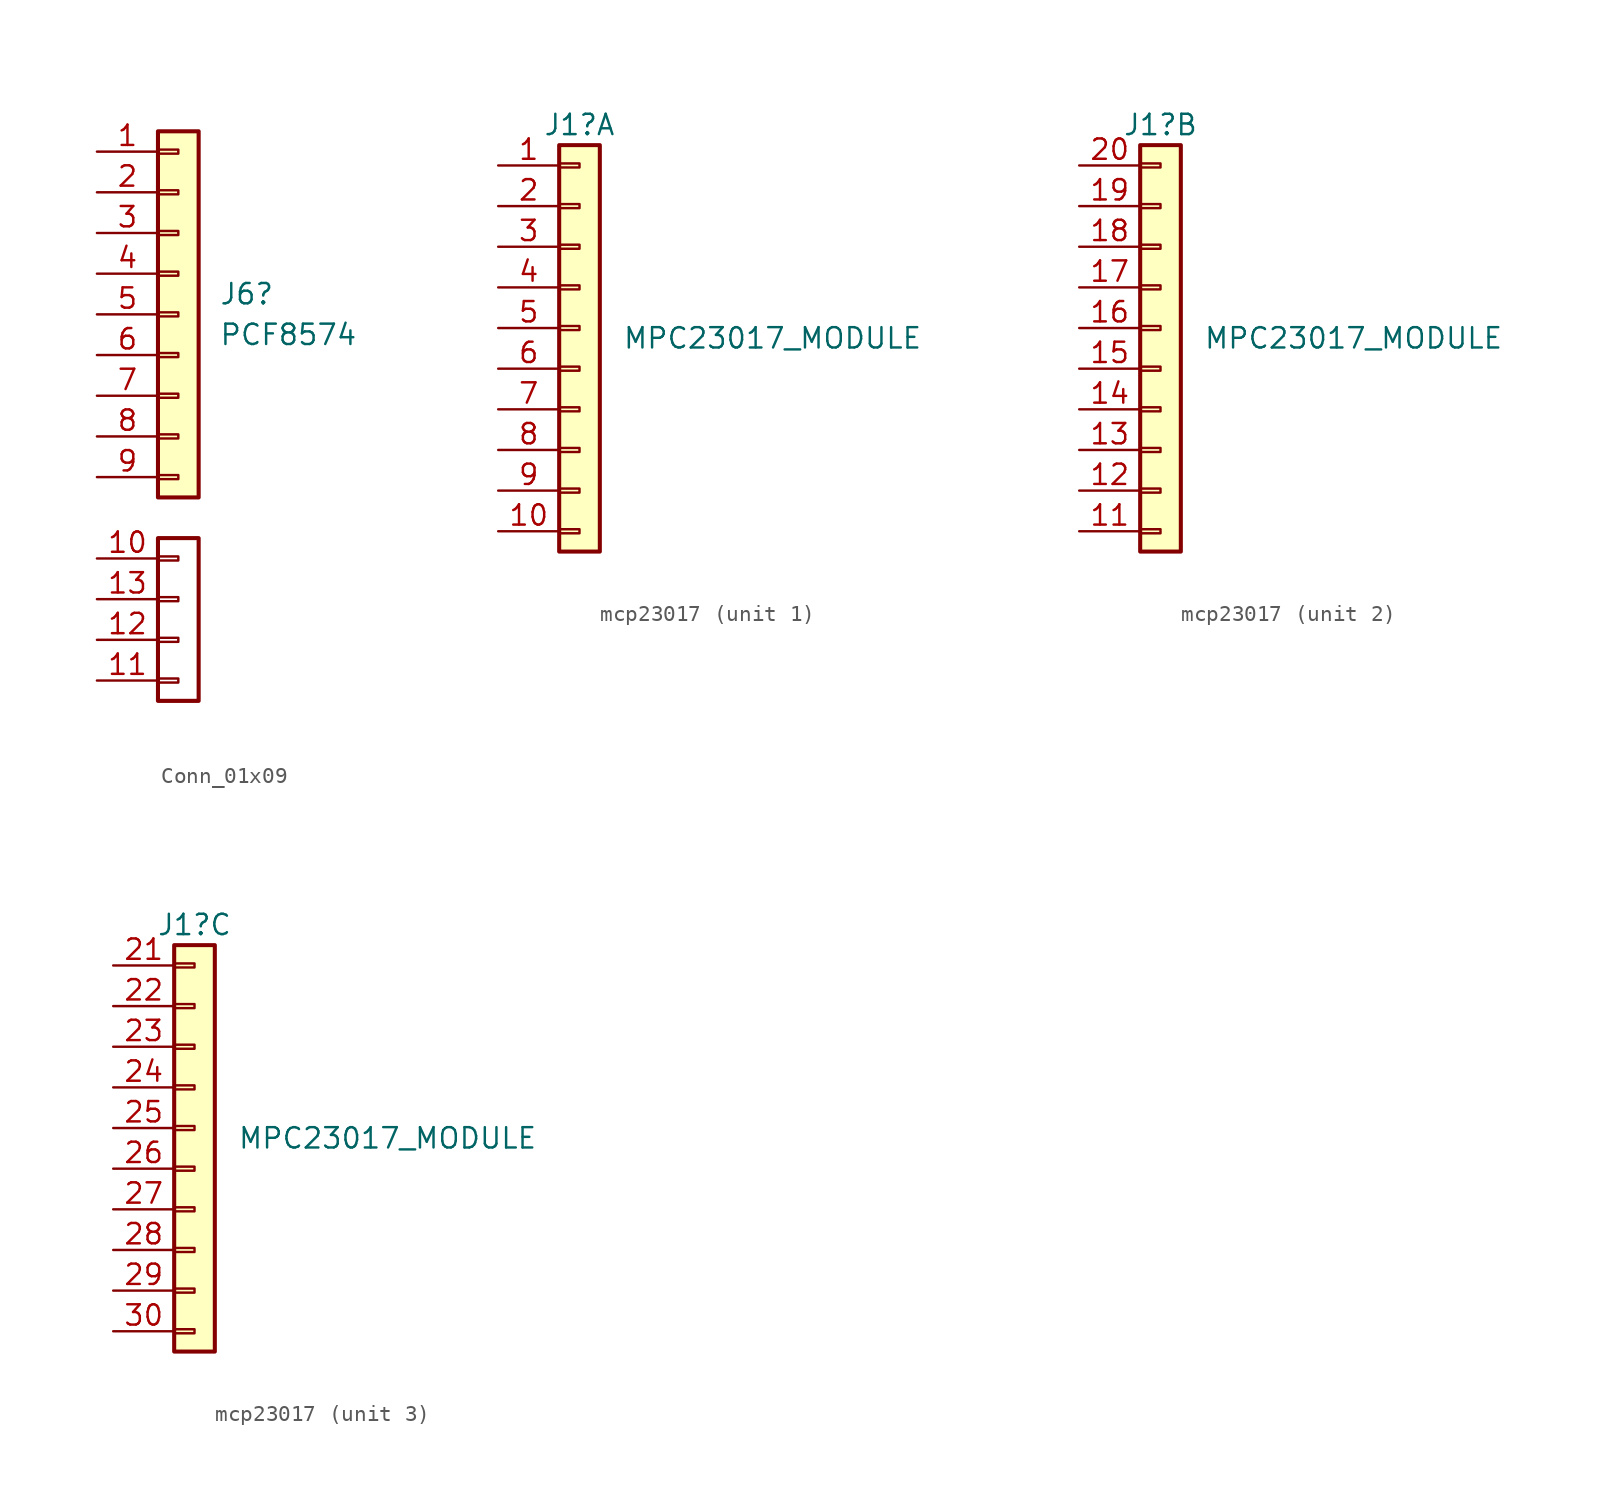
<source format=kicad_sym>
(kicad_symbol_lib
  (version 20220914)
  (generator kicad_symbol_editor)
  (symbol "Conn_01x09"
    (pin_names
      (offset 1.016) hide)
    (property "Reference" "J6"
      (at 2.54 1.27 0)
      (effects (font (size 1.27 1.27)) (justify left)))
    (property "Value" "PCF8574"
      (at 2.54 -1.27 0)
      (effects (font (size 1.27 1.27)) (justify left)))
    (symbol "Conn_01x09_1_1"
      (rectangle (start -1.27 -10.033) (end 0 -10.287) (stroke (width 0.152) (type default)) (fill (type none)))
      (rectangle (start -1.27 -7.493) (end 0 -7.747) (stroke (width 0.152) (type default)) (fill (type none)))
      (rectangle (start -1.27 -4.953) (end 0 -5.207) (stroke (width 0.152) (type default)) (fill (type none)))
      (rectangle (start -1.27 -2.413) (end 0 -2.667) (stroke (width 0.152) (type default)) (fill (type none)))
      (rectangle (start -1.27 0.127) (end 0 -0.127) (stroke (width 0.152) (type default)) (fill (type none)))
      (rectangle (start -1.27 2.667) (end 0 2.413) (stroke (width 0.152) (type default)) (fill (type none)))
      (rectangle (start -1.27 5.207) (end 0 4.953) (stroke (width 0.152) (type default)) (fill (type none)))
      (rectangle (start -1.27 7.747) (end 0 7.493) (stroke (width 0.152) (type default)) (fill (type none)))
      (rectangle (start -1.27 10.287) (end 0 10.033) (stroke (width 0.152) (type default)) (fill (type none)))
      (rectangle (start -1.27 11.43) (end 1.27 -11.43) (stroke (width 0.254) (type default)) (fill (type background)))
      (rectangle (start 0 -22.733) (end -1.27 -22.987) (stroke (width 0.152) (type default)) (fill (type none)))
      (rectangle (start 0 -20.193) (end -1.27 -20.447) (stroke (width 0.152) (type default)) (fill (type none)))
      (rectangle (start 0 -17.653) (end -1.27 -17.907) (stroke (width 0.152) (type default)) (fill (type none)))
      (rectangle (start 0 -15.113) (end -1.27 -15.367) (stroke (width 0.152) (type default)) (fill (type none)))
      (polyline (pts (xy -1.27 -13.97) (xy 1.27 -13.97) (xy 1.27 -24.13) (xy -1.27 -24.13) (xy -1.27 -13.97)) (stroke (width 0.254) (type default)) (fill (type none)))
      (pin passive line (at -5.08 10.16 0) (length 3.81) (name "Pin_1" (effects (font (size 1.27 1.27)))) (number "1" (effects (font (size 1.27 1.27)))))
      (pin passive line (at -5.08 -15.24 0) (length 3.81) (name "Pin_4" (effects (font (size 1.27 1.27)))) (number "10" (effects (font (size 1.27 1.27)))))
      (pin passive line (at -5.08 -22.86 0) (length 3.81) (name "Pin_1" (effects (font (size 1.27 1.27)))) (number "11" (effects (font (size 1.27 1.27)))))
      (pin passive line (at -5.08 -20.32 0) (length 3.81) (name "Pin_2" (effects (font (size 1.27 1.27)))) (number "12" (effects (font (size 1.27 1.27)))))
      (pin passive line (at -5.08 -17.78 0) (length 3.81) (name "Pin_3" (effects (font (size 1.27 1.27)))) (number "13" (effects (font (size 1.27 1.27)))))
      (pin passive line (at -5.08 7.62 0) (length 3.81) (name "Pin_2" (effects (font (size 1.27 1.27)))) (number "2" (effects (font (size 1.27 1.27)))))
      (pin passive line (at -5.08 5.08 0) (length 3.81) (name "Pin_3" (effects (font (size 1.27 1.27)))) (number "3" (effects (font (size 1.27 1.27)))))
      (pin passive line (at -5.08 2.54 0) (length 3.81) (name "Pin_4" (effects (font (size 1.27 1.27)))) (number "4" (effects (font (size 1.27 1.27)))))
      (pin passive line (at -5.08 0 0) (length 3.81) (name "Pin_5" (effects (font (size 1.27 1.27)))) (number "5" (effects (font (size 1.27 1.27)))))
      (pin passive line (at -5.08 -2.54 0) (length 3.81) (name "Pin_6" (effects (font (size 1.27 1.27)))) (number "6" (effects (font (size 1.27 1.27)))))
      (pin passive line (at -5.08 -5.08 0) (length 3.81) (name "Pin_7" (effects (font (size 1.27 1.27)))) (number "7" (effects (font (size 1.27 1.27)))))
      (pin passive line (at -5.08 -7.62 0) (length 3.81) (name "Pin_8" (effects (font (size 1.27 1.27)))) (number "8" (effects (font (size 1.27 1.27)))))
      (pin passive line (at -5.08 -10.16 0) (length 3.81) (name "Pin_9" (effects (font (size 1.27 1.27)))) (number "9" (effects (font (size 1.27 1.27)))))))
  (symbol "mcp23017"
    (pin_names
      (offset 1.016) hide)
    (property "Reference" "J1"
      (at 0 12.7 0)
      (effects (font (size 1.27 1.27))))
    (property "Value" "MPC23017_MODULE"
      (at 12.065 -0.635 0)
      (effects (font (size 1.27 1.27))))
    (property "ki_locked" ""
      (at 0 0 0)
      (effects (font (size 1.27 1.27))))
    (symbol "mcp23017_1_1"
      (rectangle (start -1.27 -12.573) (end 0 -12.827) (stroke (width 0.152) (type default)) (fill (type none)))
      (rectangle (start -1.27 -10.033) (end 0 -10.287) (stroke (width 0.152) (type default)) (fill (type none)))
      (rectangle (start -1.27 -7.493) (end 0 -7.747) (stroke (width 0.152) (type default)) (fill (type none)))
      (rectangle (start -1.27 -4.953) (end 0 -5.207) (stroke (width 0.152) (type default)) (fill (type none)))
      (rectangle (start -1.27 -2.413) (end 0 -2.667) (stroke (width 0.152) (type default)) (fill (type none)))
      (rectangle (start -1.27 0.127) (end 0 -0.127) (stroke (width 0.152) (type default)) (fill (type none)))
      (rectangle (start -1.27 2.667) (end 0 2.413) (stroke (width 0.152) (type default)) (fill (type none)))
      (rectangle (start -1.27 5.207) (end 0 4.953) (stroke (width 0.152) (type default)) (fill (type none)))
      (rectangle (start -1.27 7.747) (end 0 7.493) (stroke (width 0.152) (type default)) (fill (type none)))
      (rectangle (start -1.27 10.287) (end 0 10.033) (stroke (width 0.152) (type default)) (fill (type none)))
      (rectangle (start -1.27 11.43) (end 1.27 -13.97) (stroke (width 0.254) (type default)) (fill (type background)))
      (pin passive line (at -5.08 10.16 0) (length 3.81) (name "Pin_1" (effects (font (size 1.27 1.27)))) (number "1" (effects (font (size 1.27 1.27)))))
      (pin passive line (at -5.08 -12.7 0) (length 3.81) (name "Pin_10" (effects (font (size 1.27 1.27)))) (number "10" (effects (font (size 1.27 1.27)))))
      (pin passive line (at -5.08 7.62 0) (length 3.81) (name "Pin_2" (effects (font (size 1.27 1.27)))) (number "2" (effects (font (size 1.27 1.27)))))
      (pin passive line (at -5.08 5.08 0) (length 3.81) (name "Pin_3" (effects (font (size 1.27 1.27)))) (number "3" (effects (font (size 1.27 1.27)))))
      (pin passive line (at -5.08 2.54 0) (length 3.81) (name "Pin_4" (effects (font (size 1.27 1.27)))) (number "4" (effects (font (size 1.27 1.27)))))
      (pin passive line (at -5.08 0 0) (length 3.81) (name "Pin_5" (effects (font (size 1.27 1.27)))) (number "5" (effects (font (size 1.27 1.27)))))
      (pin passive line (at -5.08 -2.54 0) (length 3.81) (name "Pin_6" (effects (font (size 1.27 1.27)))) (number "6" (effects (font (size 1.27 1.27)))))
      (pin passive line (at -5.08 -5.08 0) (length 3.81) (name "Pin_7" (effects (font (size 1.27 1.27)))) (number "7" (effects (font (size 1.27 1.27)))))
      (pin passive line (at -5.08 -7.62 0) (length 3.81) (name "Pin_8" (effects (font (size 1.27 1.27)))) (number "8" (effects (font (size 1.27 1.27)))))
      (pin passive line (at -5.08 -10.16 0) (length 3.81) (name "Pin_9" (effects (font (size 1.27 1.27)))) (number "9" (effects (font (size 1.27 1.27))))))
    (symbol "mcp23017_2_1"
      (rectangle (start -1.27 -12.573) (end 0 -12.827) (stroke (width 0.152) (type default)) (fill (type none)))
      (rectangle (start -1.27 -10.033) (end 0 -10.287) (stroke (width 0.152) (type default)) (fill (type none)))
      (rectangle (start -1.27 -7.493) (end 0 -7.747) (stroke (width 0.152) (type default)) (fill (type none)))
      (rectangle (start -1.27 -4.953) (end 0 -5.207) (stroke (width 0.152) (type default)) (fill (type none)))
      (rectangle (start -1.27 -2.413) (end 0 -2.667) (stroke (width 0.152) (type default)) (fill (type none)))
      (rectangle (start -1.27 0.127) (end 0 -0.127) (stroke (width 0.152) (type default)) (fill (type none)))
      (rectangle (start -1.27 2.667) (end 0 2.413) (stroke (width 0.152) (type default)) (fill (type none)))
      (rectangle (start -1.27 5.207) (end 0 4.953) (stroke (width 0.152) (type default)) (fill (type none)))
      (rectangle (start -1.27 7.747) (end 0 7.493) (stroke (width 0.152) (type default)) (fill (type none)))
      (rectangle (start -1.27 10.287) (end 0 10.033) (stroke (width 0.152) (type default)) (fill (type none)))
      (rectangle (start -1.27 11.43) (end 1.27 -13.97) (stroke (width 0.254) (type default)) (fill (type background)))
      (pin passive line (at -5.08 -12.7 0) (length 3.81) (name "Pin_11" (effects (font (size 1.27 1.27)))) (number "11" (effects (font (size 1.27 1.27)))))
      (pin passive line (at -5.08 -10.16 0) (length 3.81) (name "Pin_12" (effects (font (size 1.27 1.27)))) (number "12" (effects (font (size 1.27 1.27)))))
      (pin passive line (at -5.08 -7.62 0) (length 3.81) (name "Pin_13" (effects (font (size 1.27 1.27)))) (number "13" (effects (font (size 1.27 1.27)))))
      (pin passive line (at -5.08 -5.08 0) (length 3.81) (name "Pin_14" (effects (font (size 1.27 1.27)))) (number "14" (effects (font (size 1.27 1.27)))))
      (pin passive line (at -5.08 -2.54 0) (length 3.81) (name "Pin_15" (effects (font (size 1.27 1.27)))) (number "15" (effects (font (size 1.27 1.27)))))
      (pin passive line (at -5.08 0 0) (length 3.81) (name "Pin_16" (effects (font (size 1.27 1.27)))) (number "16" (effects (font (size 1.27 1.27)))))
      (pin passive line (at -5.08 2.54 0) (length 3.81) (name "Pin_17" (effects (font (size 1.27 1.27)))) (number "17" (effects (font (size 1.27 1.27)))))
      (pin passive line (at -5.08 5.08 0) (length 3.81) (name "Pin_18" (effects (font (size 1.27 1.27)))) (number "18" (effects (font (size 1.27 1.27)))))
      (pin passive line (at -5.08 7.62 0) (length 3.81) (name "Pin_19" (effects (font (size 1.27 1.27)))) (number "19" (effects (font (size 1.27 1.27)))))
      (pin passive line (at -5.08 10.16 0) (length 3.81) (name "Pin_20" (effects (font (size 1.27 1.27)))) (number "20" (effects (font (size 1.27 1.27))))))
    (symbol "mcp23017_3_1"
      (rectangle (start -1.27 -12.573) (end 0 -12.827) (stroke (width 0.152) (type default)) (fill (type none)))
      (rectangle (start -1.27 -10.033) (end 0 -10.287) (stroke (width 0.152) (type default)) (fill (type none)))
      (rectangle (start -1.27 -7.493) (end 0 -7.747) (stroke (width 0.152) (type default)) (fill (type none)))
      (rectangle (start -1.27 -4.953) (end 0 -5.207) (stroke (width 0.152) (type default)) (fill (type none)))
      (rectangle (start -1.27 -2.413) (end 0 -2.667) (stroke (width 0.152) (type default)) (fill (type none)))
      (rectangle (start -1.27 0.127) (end 0 -0.127) (stroke (width 0.152) (type default)) (fill (type none)))
      (rectangle (start -1.27 2.667) (end 0 2.413) (stroke (width 0.152) (type default)) (fill (type none)))
      (rectangle (start -1.27 5.207) (end 0 4.953) (stroke (width 0.152) (type default)) (fill (type none)))
      (rectangle (start -1.27 7.747) (end 0 7.493) (stroke (width 0.152) (type default)) (fill (type none)))
      (rectangle (start -1.27 10.287) (end 0 10.033) (stroke (width 0.152) (type default)) (fill (type none)))
      (rectangle (start -1.27 11.43) (end 1.27 -13.97) (stroke (width 0.254) (type default)) (fill (type background)))
      (pin passive line (at -5.08 10.16 0) (length 3.81) (name "Pin_21" (effects (font (size 1.27 1.27)))) (number "21" (effects (font (size 1.27 1.27)))))
      (pin passive line (at -5.08 7.62 0) (length 3.81) (name "Pin_22" (effects (font (size 1.27 1.27)))) (number "22" (effects (font (size 1.27 1.27)))))
      (pin passive line (at -5.08 5.08 0) (length 3.81) (name "Pin_23" (effects (font (size 1.27 1.27)))) (number "23" (effects (font (size 1.27 1.27)))))
      (pin passive line (at -5.08 2.54 0) (length 3.81) (name "Pin_24" (effects (font (size 1.27 1.27)))) (number "24" (effects (font (size 1.27 1.27)))))
      (pin passive line (at -5.08 0 0) (length 3.81) (name "Pin_25" (effects (font (size 1.27 1.27)))) (number "25" (effects (font (size 1.27 1.27)))))
      (pin passive line (at -5.08 -2.54 0) (length 3.81) (name "Pin_26" (effects (font (size 1.27 1.27)))) (number "26" (effects (font (size 1.27 1.27)))))
      (pin passive line (at -5.08 -5.08 0) (length 3.81) (name "Pin_27" (effects (font (size 1.27 1.27)))) (number "27" (effects (font (size 1.27 1.27)))))
      (pin passive line (at -5.08 -7.62 0) (length 3.81) (name "Pin_28" (effects (font (size 1.27 1.27)))) (number "28" (effects (font (size 1.27 1.27)))))
      (pin passive line (at -5.08 -10.16 0) (length 3.81) (name "Pin_29" (effects (font (size 1.27 1.27)))) (number "29" (effects (font (size 1.27 1.27)))))
      (pin passive line (at -5.08 -12.7 0) (length 3.81) (name "Pin_30" (effects (font (size 1.27 1.27)))) (number "30" (effects (font (size 1.27 1.27))))))))
</source>
